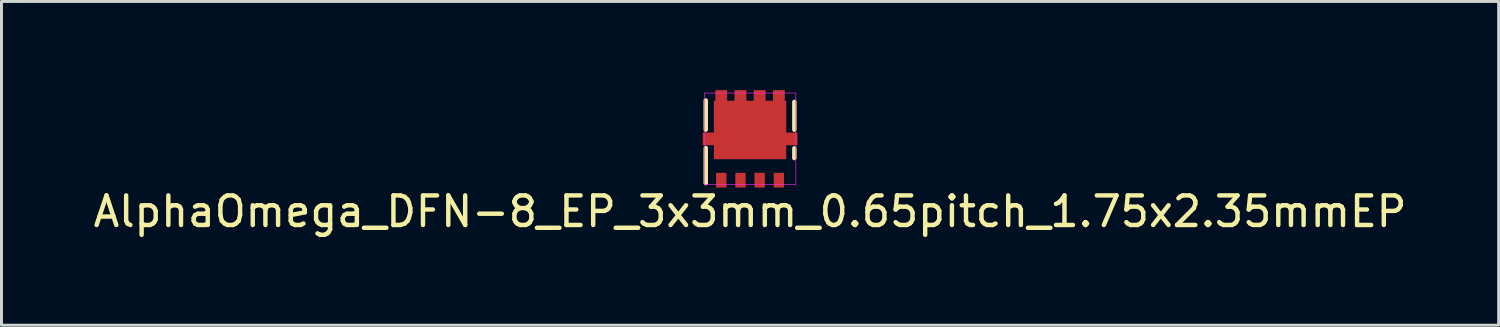
<source format=kicad_pcb>
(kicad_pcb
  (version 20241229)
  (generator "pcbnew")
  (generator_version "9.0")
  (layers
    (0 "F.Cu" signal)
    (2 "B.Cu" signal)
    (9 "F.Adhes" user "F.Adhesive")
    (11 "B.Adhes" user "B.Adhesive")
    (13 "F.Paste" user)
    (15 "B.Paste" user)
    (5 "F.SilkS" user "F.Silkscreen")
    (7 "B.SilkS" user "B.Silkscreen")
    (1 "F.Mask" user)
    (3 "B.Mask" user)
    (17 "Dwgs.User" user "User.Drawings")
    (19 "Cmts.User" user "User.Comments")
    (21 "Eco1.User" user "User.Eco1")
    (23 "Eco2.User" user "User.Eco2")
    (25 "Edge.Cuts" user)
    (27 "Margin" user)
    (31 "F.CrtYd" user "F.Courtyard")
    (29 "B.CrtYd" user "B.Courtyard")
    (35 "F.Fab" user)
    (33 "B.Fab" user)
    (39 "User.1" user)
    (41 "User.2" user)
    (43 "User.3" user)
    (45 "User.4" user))
  (footprint "AlphaOmega_DFN-8_EP_3x3mm_0.65pitch_1.75x2.35mmEP"
    (layer "F.Cu")
    (at 22.339 1.65)
    (property "Reference" "AlphaOmega_DFN-8_EP_3x3mm_0.65pitch_1.75x2.35mmEP" (at 0 2.46 0) (layer "F.SilkS") (effects (font (size 1 1) (thickness 0.15))))
    (attr through_hole)
    (fp_line (start -1.5 -1.3) (end -1.5 -0.31) (stroke (width 0.15) (type solid)) (layer "F.SilkS"))
    (fp_line (start -1.5 0.31) (end -1.5 1.5) (stroke (width 0.15) (type solid)) (layer "F.SilkS"))
    (fp_line (start 1.5 -1.25) (end 1.5 -0.31) (stroke (width 0.15) (type solid)) (layer "F.SilkS"))
    (fp_line (start 1.5 0.32) (end 1.5 0.65) (stroke (width 0.15) (type solid)) (layer "F.SilkS"))
    (fp_line (start -1.55 -1.55) (end -1.55 1.55) (stroke (width 0.02) (type solid)) (layer "F.CrtYd"))
    (fp_line (start -1.55 1.55) (end 1.55 1.55) (stroke (width 0.02) (type solid)) (layer "F.CrtYd"))
    (fp_line (start 1.55 -1.55) (end -1.55 -1.55) (stroke (width 0.02) (type solid)) (layer "F.CrtYd"))
    (fp_line (start 1.55 -1.55) (end 1.55 1.55) (stroke (width 0.02) (type solid)) (layer "F.CrtYd"))
    (pad "1" smd rect (at -0.975 1.4) (size 0.35 0.5) (layers "F.Cu" "F.Mask" "F.Paste"))
    (pad "2" smd rect (at -0.325 1.4) (size 0.35 0.5) (layers "F.Cu" "F.Mask" "F.Paste"))
    (pad "3" smd rect (at 0.325 1.4) (size 0.35 0.5) (layers "F.Cu" "F.Mask" "F.Paste"))
    (pad "4" smd rect (at 0.975 1.4) (size 0.35 0.5) (layers "F.Cu" "F.Mask" "F.Paste"))
    (pad "5" smd rect (at 0.975 -1.35) (size 0.4 0.6) (layers "F.Cu" "F.Mask" "F.Paste"))
    (pad "6" smd rect (at 0.325 -1.35) (size 0.4 0.6) (layers "F.Cu" "F.Mask" "F.Paste"))
    (pad "7" smd rect (at -0.325 -1.35) (size 0.4 0.6) (layers "F.Cu" "F.Mask" "F.Paste"))
    (pad "8" smd rect (at -0.975 -1.35) (size 0.4 0.6) (layers "F.Cu" "F.Mask" "F.Paste"))
    (pad "9" smd rect (at 0 -0.3) (size 2.45 1.98) (layers "F.Cu" "F.Mask" "F.Paste"))
    (pad "9" smd rect (at 0 0) (size 3.21 0.43) (layers "F.Cu" "F.Mask" "F.Paste")))
  (gr_rect
    (start -3 -3)
    (end 47.679 7.958)
    (stroke (width 0.1) (type default))
    (fill no)
    (layer "Edge.Cuts")))
</source>
